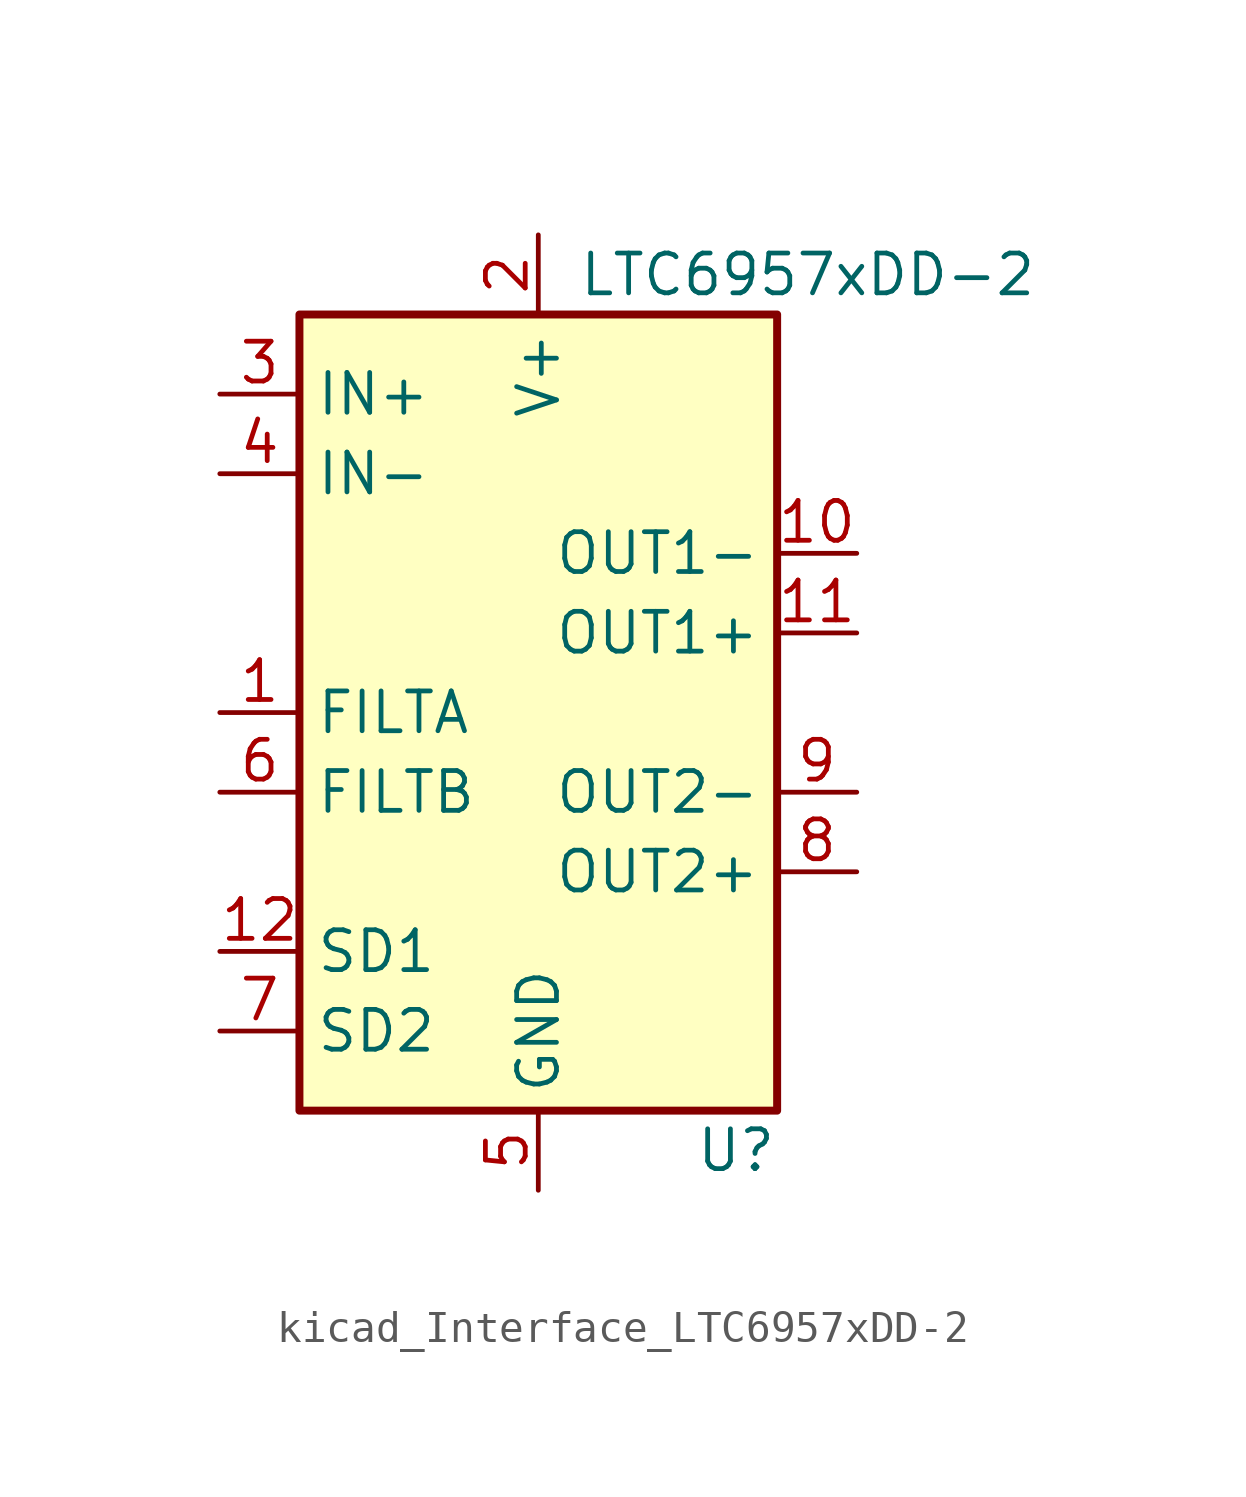
<source format=kicad_sym>
(kicad_symbol_lib
  (version 20220914)
  (generator kicad_symbol_editor)
  (symbol "kicad_Interface_LTC6957xDD-2"
    (property "Reference" "U"
      (at 7.62 -13.97 0)
      (effects (font (size 1.27 1.27)) (justify right)))
    (property "Value" "LTC6957xDD-2"
      (at 1.27 13.97 0)
      (effects (font (size 1.27 1.27)) (justify left)))
    (symbol "kicad_Interface_LTC6957xDD-2_0_1"
      (rectangle (start -7.62 12.7) (end 7.62 -12.7) (stroke (width 0.254) (type default)) (fill (type background))))
    (symbol "kicad_Interface_LTC6957xDD-2_1_1"
      (pin input line (at -10.16 0 0) (length 2.54) (name "FILTA" (effects (font (size 1.27 1.27)))) (number "1" (effects (font (size 1.27 1.27)))))
      (pin output line (at 10.16 5.08 180) (length 2.54) (name "OUT1-" (effects (font (size 1.27 1.27)))) (number "10" (effects (font (size 1.27 1.27)))))
      (pin output line (at 10.16 2.54 180) (length 2.54) (name "OUT1+" (effects (font (size 1.27 1.27)))) (number "11" (effects (font (size 1.27 1.27)))))
      (pin input line (at -10.16 -7.62 0) (length 2.54) (name "SD1" (effects (font (size 1.27 1.27)))) (number "12" (effects (font (size 1.27 1.27)))))
      (pin passive line (at 0 -15.24 90) (length 2.54) hide (name "GND" (effects (font (size 1.27 1.27)))) (number "13" (effects (font (size 1.27 1.27)))))
      (pin power_in line (at 0 15.24 270) (length 2.54) (name "V+" (effects (font (size 1.27 1.27)))) (number "2" (effects (font (size 1.27 1.27)))))
      (pin input line (at -10.16 10.16 0) (length 2.54) (name "IN+" (effects (font (size 1.27 1.27)))) (number "3" (effects (font (size 1.27 1.27)))))
      (pin input line (at -10.16 7.62 0) (length 2.54) (name "IN-" (effects (font (size 1.27 1.27)))) (number "4" (effects (font (size 1.27 1.27)))))
      (pin power_in line (at 0 -15.24 90) (length 2.54) (name "GND" (effects (font (size 1.27 1.27)))) (number "5" (effects (font (size 1.27 1.27)))))
      (pin input line (at -10.16 -2.54 0) (length 2.54) (name "FILTB" (effects (font (size 1.27 1.27)))) (number "6" (effects (font (size 1.27 1.27)))))
      (pin input line (at -10.16 -10.16 0) (length 2.54) (name "SD2" (effects (font (size 1.27 1.27)))) (number "7" (effects (font (size 1.27 1.27)))))
      (pin output line (at 10.16 -5.08 180) (length 2.54) (name "OUT2+" (effects (font (size 1.27 1.27)))) (number "8" (effects (font (size 1.27 1.27)))))
      (pin output line (at 10.16 -2.54 180) (length 2.54) (name "OUT2-" (effects (font (size 1.27 1.27)))) (number "9" (effects (font (size 1.27 1.27))))))))
</source>
